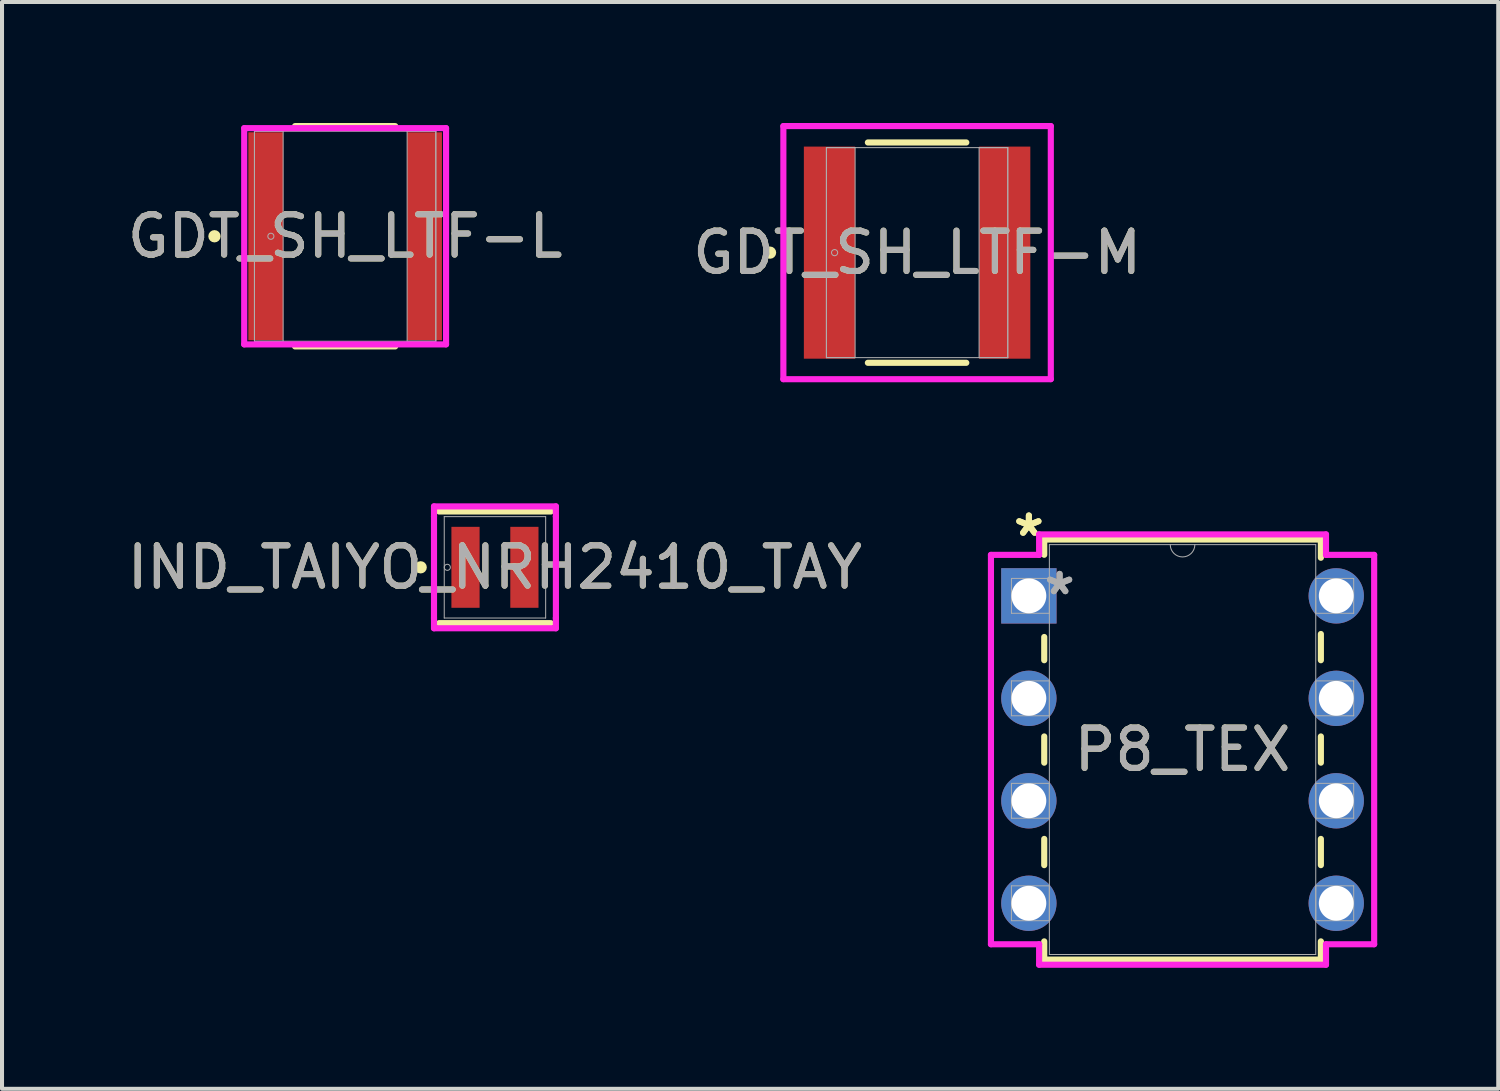
<source format=kicad_pcb>
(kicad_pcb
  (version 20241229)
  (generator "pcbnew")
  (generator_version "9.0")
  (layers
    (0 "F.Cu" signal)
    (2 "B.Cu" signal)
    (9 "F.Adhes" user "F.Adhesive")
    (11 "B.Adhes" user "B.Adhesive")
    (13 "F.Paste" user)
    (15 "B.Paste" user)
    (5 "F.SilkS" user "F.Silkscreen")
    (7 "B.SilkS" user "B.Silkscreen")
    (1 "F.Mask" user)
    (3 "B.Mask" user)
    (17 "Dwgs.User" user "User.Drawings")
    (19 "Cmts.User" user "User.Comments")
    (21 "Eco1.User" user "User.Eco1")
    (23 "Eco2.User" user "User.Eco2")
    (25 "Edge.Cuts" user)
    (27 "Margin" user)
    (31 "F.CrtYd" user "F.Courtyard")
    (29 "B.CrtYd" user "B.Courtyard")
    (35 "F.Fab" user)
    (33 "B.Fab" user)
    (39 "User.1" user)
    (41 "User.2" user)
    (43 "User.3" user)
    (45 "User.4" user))
  (footprint "GDT_SH_LTF-L"
    (layer "F.Cu")
    (at 5.506 2.807)
    (property "Reference" "GDT_SH_LTF-L" (at 0 0 0) (unlocked yes) (layer "F.SilkS") (effects (font (size 1 1) (thickness 0.15))))
    (attr smd)
    (fp_line (start -1.241 2.731) (end 1.241 2.731) (stroke (width 0.152) (type solid)) (layer "F.SilkS"))
    (fp_line (start 1.241 -2.731) (end -1.241 -2.731) (stroke (width 0.152) (type solid)) (layer "F.SilkS"))
    (fp_circle (center -3.239 0) (end -3.162 0) (stroke (width 0.152) (type solid)) (fill no) (layer "F.SilkS"))
    (fp_line (start -2.502 -2.68) (end 2.502 -2.68) (stroke (width 0.152) (type solid)) (layer "F.CrtYd"))
    (fp_line (start -2.502 2.68) (end -2.502 -2.68) (stroke (width 0.152) (type solid)) (layer "F.CrtYd"))
    (fp_line (start 2.502 -2.68) (end 2.502 2.68) (stroke (width 0.152) (type solid)) (layer "F.CrtYd"))
    (fp_line (start 2.502 2.68) (end -2.502 2.68) (stroke (width 0.152) (type solid)) (layer "F.CrtYd"))
    (fp_line (start -2.248 -2.603) (end -2.248 2.603) (stroke (width 0.025) (type solid)) (layer "F.Fab"))
    (fp_line (start -2.248 -2.603) (end -2.248 2.603) (stroke (width 0.025) (type solid)) (layer "F.Fab"))
    (fp_line (start -2.248 2.603) (end -1.537 2.603) (stroke (width 0.025) (type solid)) (layer "F.Fab"))
    (fp_line (start -2.248 2.603) (end 2.248 2.603) (stroke (width 0.025) (type solid)) (layer "F.Fab"))
    (fp_line (start -1.537 -2.603) (end -2.248 -2.603) (stroke (width 0.025) (type solid)) (layer "F.Fab"))
    (fp_line (start -1.537 2.603) (end -1.537 -2.603) (stroke (width 0.025) (type solid)) (layer "F.Fab"))
    (fp_line (start 1.537 -2.603) (end 1.537 2.603) (stroke (width 0.025) (type solid)) (layer "F.Fab"))
    (fp_line (start 1.537 2.603) (end 2.248 2.603) (stroke (width 0.025) (type solid)) (layer "F.Fab"))
    (fp_line (start 2.248 -2.603) (end -2.248 -2.603) (stroke (width 0.025) (type solid)) (layer "F.Fab"))
    (fp_line (start 2.248 -2.603) (end 1.537 -2.603) (stroke (width 0.025) (type solid)) (layer "F.Fab"))
    (fp_line (start 2.248 2.603) (end 2.248 -2.603) (stroke (width 0.025) (type solid)) (layer "F.Fab"))
    (fp_line (start 2.248 2.603) (end 2.248 -2.603) (stroke (width 0.025) (type solid)) (layer "F.Fab"))
    (fp_circle (center -1.841 0) (end -1.765 0) (stroke (width 0.025) (type solid)) (fill no) (layer "F.Fab"))
    (fp_text user "${REFERENCE}" (at 0 0 0) (unlocked yes) (layer "F.Fab") (effects (font (size 1 1) (thickness 0.15))))
    (pad "1" smd rect (at -1.968 0) (size 0.864 5.156) (layers "F.Cu" "F.Mask" "F.Paste"))
    (pad "2" smd rect (at 1.968 0) (size 0.864 5.156) (layers "F.Cu" "F.Mask" "F.Paste"))
    (zone (net_name "") (layer "F.Cu") (hatch full 0.508) (connect_pads) (min_thickness 0.254) (filled_areas_thickness no) (keepout (tracks not_allowed) (vias not_allowed) (pads allowed) (copperpour not_allowed) (footprints allowed)) (placement (enabled no)) (fill) (polygon (pts (xy 4.02 0.254) (xy 6.992 0.254) (xy 6.992 5.359) (xy 4.02 5.359)))))
  (footprint "IND_TAIYO_NRH2410_TAY"
    (layer "F.Cu")
    (at 9.22 11.014)
    (property "Reference" "IND_TAIYO_NRH2410_TAY" (at 0 0 0) (unlocked yes) (layer "F.SilkS") (effects (font (size 1 1) (thickness 0.15))))
    (attr smd)
    (fp_line (start -1.384 1.384) (end 1.384 1.384) (stroke (width 0.152) (type solid)) (layer "F.SilkS"))
    (fp_line (start 1.384 -1.384) (end -1.384 -1.384) (stroke (width 0.152) (type solid)) (layer "F.SilkS"))
    (fp_circle (center -1.841 0) (end -1.765 0) (stroke (width 0.152) (type solid)) (fill no) (layer "F.SilkS"))
    (fp_line (start -1.511 -1.511) (end 1.511 -1.511) (stroke (width 0.152) (type solid)) (layer "F.CrtYd"))
    (fp_line (start -1.511 -1.257) (end -1.511 -1.511) (stroke (width 0.152) (type solid)) (layer "F.CrtYd"))
    (fp_line (start -1.511 -1.257) (end -1.511 -1.257) (stroke (width 0.152) (type solid)) (layer "F.CrtYd"))
    (fp_line (start -1.511 1.257) (end -1.511 -1.257) (stroke (width 0.152) (type solid)) (layer "F.CrtYd"))
    (fp_line (start -1.511 1.257) (end -1.511 1.257) (stroke (width 0.152) (type solid)) (layer "F.CrtYd"))
    (fp_line (start -1.511 1.511) (end -1.511 1.257) (stroke (width 0.152) (type solid)) (layer "F.CrtYd"))
    (fp_line (start 1.511 -1.511) (end 1.511 -1.257) (stroke (width 0.152) (type solid)) (layer "F.CrtYd"))
    (fp_line (start 1.511 -1.257) (end 1.511 -1.257) (stroke (width 0.152) (type solid)) (layer "F.CrtYd"))
    (fp_line (start 1.511 -1.257) (end 1.511 1.257) (stroke (width 0.152) (type solid)) (layer "F.CrtYd"))
    (fp_line (start 1.511 1.257) (end 1.511 1.257) (stroke (width 0.152) (type solid)) (layer "F.CrtYd"))
    (fp_line (start 1.511 1.257) (end 1.511 1.511) (stroke (width 0.152) (type solid)) (layer "F.CrtYd"))
    (fp_line (start 1.511 1.511) (end -1.511 1.511) (stroke (width 0.152) (type solid)) (layer "F.CrtYd"))
    (fp_line (start -1.257 -1.257) (end -1.257 1.257) (stroke (width 0.025) (type solid)) (layer "F.Fab"))
    (fp_line (start -1.257 1.257) (end 1.257 1.257) (stroke (width 0.025) (type solid)) (layer "F.Fab"))
    (fp_line (start 1.257 -1.257) (end -1.257 -1.257) (stroke (width 0.025) (type solid)) (layer "F.Fab"))
    (fp_line (start 1.257 1.257) (end 1.257 -1.257) (stroke (width 0.025) (type solid)) (layer "F.Fab"))
    (fp_circle (center -1.181 0) (end -1.105 0) (stroke (width 0.025) (type solid)) (fill no) (layer "F.Fab"))
    (fp_text user "${REFERENCE}" (at 0 0 0) (unlocked yes) (layer "F.Fab") (effects (font (size 1 1) (thickness 0.15))))
    (pad "1" smd rect (at -0.73 0) (size 0.699 2.007) (layers "F.Cu" "F.Mask" "F.Paste"))
    (pad "2" smd rect (at 0.73 0) (size 0.699 2.007) (layers "F.Cu" "F.Mask" "F.Paste"))
    (zone (net_name "") (layer "F.Cu") (hatch full 0.508) (connect_pads) (min_thickness 0.254) (filled_areas_thickness no) (keepout (tracks not_allowed) (vias not_allowed) (pads allowed) (copperpour not_allowed) (footprints allowed)) (placement (enabled no)) (fill) (polygon (pts (xy 8.89 9.807) (xy 9.55 9.807) (xy 9.55 12.22) (xy 8.89 12.22)))))
  (footprint "P8_TEX"
    (layer "F.Cu")
    (at 22.456 11.722)
    (property "Reference" "P8_TEX" (at 3.81 3.81 0) (unlocked yes) (layer "F.SilkS") (effects (font (size 1 1) (thickness 0.15))))
    (attr through_hole)
    (fp_line (start 0.381 -1.397) (end 0.381 -1.019) (stroke (width 0.152) (type solid)) (layer "F.SilkS"))
    (fp_line (start 0.381 1.019) (end 0.381 1.595) (stroke (width 0.152) (type solid)) (layer "F.SilkS"))
    (fp_line (start 0.381 3.485) (end 0.381 4.135) (stroke (width 0.152) (type solid)) (layer "F.SilkS"))
    (fp_line (start 0.381 6.025) (end 0.381 6.675) (stroke (width 0.152) (type solid)) (layer "F.SilkS"))
    (fp_line (start 0.381 8.565) (end 0.381 9.017) (stroke (width 0.152) (type solid)) (layer "F.SilkS"))
    (fp_line (start 0.381 9.017) (end 7.239 9.017) (stroke (width 0.152) (type solid)) (layer "F.SilkS"))
    (fp_line (start 7.239 -1.397) (end 0.381 -1.397) (stroke (width 0.152) (type solid)) (layer "F.SilkS"))
    (fp_line (start 7.239 -0.945) (end 7.239 -1.397) (stroke (width 0.152) (type solid)) (layer "F.SilkS"))
    (fp_line (start 7.239 1.595) (end 7.239 0.945) (stroke (width 0.152) (type solid)) (layer "F.SilkS"))
    (fp_line (start 7.239 4.135) (end 7.239 3.485) (stroke (width 0.152) (type solid)) (layer "F.SilkS"))
    (fp_line (start 7.239 6.675) (end 7.239 6.025) (stroke (width 0.152) (type solid)) (layer "F.SilkS"))
    (fp_line (start 7.239 9.017) (end 7.239 8.565) (stroke (width 0.152) (type solid)) (layer "F.SilkS"))
    (fp_line (start -0.94 -1.016) (end 0.254 -1.016) (stroke (width 0.152) (type solid)) (layer "F.CrtYd"))
    (fp_line (start -0.94 8.636) (end -0.94 -1.016) (stroke (width 0.152) (type solid)) (layer "F.CrtYd"))
    (fp_line (start 0.254 -1.524) (end 7.366 -1.524) (stroke (width 0.152) (type solid)) (layer "F.CrtYd"))
    (fp_line (start 0.254 -1.016) (end 0.254 -1.524) (stroke (width 0.152) (type solid)) (layer "F.CrtYd"))
    (fp_line (start 0.254 8.636) (end -0.94 8.636) (stroke (width 0.152) (type solid)) (layer "F.CrtYd"))
    (fp_line (start 0.254 9.144) (end 0.254 8.636) (stroke (width 0.152) (type solid)) (layer "F.CrtYd"))
    (fp_line (start 7.366 -1.524) (end 7.366 -1.016) (stroke (width 0.152) (type solid)) (layer "F.CrtYd"))
    (fp_line (start 7.366 8.636) (end 7.366 9.144) (stroke (width 0.152) (type solid)) (layer "F.CrtYd"))
    (fp_line (start 7.366 9.144) (end 0.254 9.144) (stroke (width 0.152) (type solid)) (layer "F.CrtYd"))
    (fp_line (start 8.56 -1.016) (end 7.366 -1.016) (stroke (width 0.152) (type solid)) (layer "F.CrtYd"))
    (fp_line (start 8.56 -1.016) (end 8.56 8.636) (stroke (width 0.152) (type solid)) (layer "F.CrtYd"))
    (fp_line (start 8.56 8.636) (end 7.366 8.636) (stroke (width 0.152) (type solid)) (layer "F.CrtYd"))
    (fp_line (start -0.432 -0.432) (end -0.432 0.432) (stroke (width 0.025) (type solid)) (layer "F.Fab"))
    (fp_line (start -0.432 0.432) (end 0.508 0.432) (stroke (width 0.025) (type solid)) (layer "F.Fab"))
    (fp_line (start -0.432 2.108) (end -0.432 2.972) (stroke (width 0.025) (type solid)) (layer "F.Fab"))
    (fp_line (start -0.432 2.972) (end 0.508 2.972) (stroke (width 0.025) (type solid)) (layer "F.Fab"))
    (fp_line (start -0.432 4.648) (end -0.432 5.512) (stroke (width 0.025) (type solid)) (layer "F.Fab"))
    (fp_line (start -0.432 5.512) (end 0.508 5.512) (stroke (width 0.025) (type solid)) (layer "F.Fab"))
    (fp_line (start -0.432 7.188) (end -0.432 8.052) (stroke (width 0.025) (type solid)) (layer "F.Fab"))
    (fp_line (start -0.432 8.052) (end 0.508 8.052) (stroke (width 0.025) (type solid)) (layer "F.Fab"))
    (fp_line (start 0.508 -1.27) (end 0.508 8.89) (stroke (width 0.025) (type solid)) (layer "F.Fab"))
    (fp_line (start 0.508 -0.432) (end -0.432 -0.432) (stroke (width 0.025) (type solid)) (layer "F.Fab"))
    (fp_line (start 0.508 0.432) (end 0.508 -0.432) (stroke (width 0.025) (type solid)) (layer "F.Fab"))
    (fp_line (start 0.508 2.108) (end -0.432 2.108) (stroke (width 0.025) (type solid)) (layer "F.Fab"))
    (fp_line (start 0.508 2.972) (end 0.508 2.108) (stroke (width 0.025) (type solid)) (layer "F.Fab"))
    (fp_line (start 0.508 4.648) (end -0.432 4.648) (stroke (width 0.025) (type solid)) (layer "F.Fab"))
    (fp_line (start 0.508 5.512) (end 0.508 4.648) (stroke (width 0.025) (type solid)) (layer "F.Fab"))
    (fp_line (start 0.508 7.188) (end -0.432 7.188) (stroke (width 0.025) (type solid)) (layer "F.Fab"))
    (fp_line (start 0.508 8.052) (end 0.508 7.188) (stroke (width 0.025) (type solid)) (layer "F.Fab"))
    (fp_line (start 0.508 8.89) (end 7.112 8.89) (stroke (width 0.025) (type solid)) (layer "F.Fab"))
    (fp_line (start 7.112 -1.27) (end 0.508 -1.27) (stroke (width 0.025) (type solid)) (layer "F.Fab"))
    (fp_line (start 7.112 -0.432) (end 7.112 0.432) (stroke (width 0.025) (type solid)) (layer "F.Fab"))
    (fp_line (start 7.112 0.432) (end 8.052 0.432) (stroke (width 0.025) (type solid)) (layer "F.Fab"))
    (fp_line (start 7.112 2.108) (end 7.112 2.972) (stroke (width 0.025) (type solid)) (layer "F.Fab"))
    (fp_line (start 7.112 2.972) (end 8.052 2.972) (stroke (width 0.025) (type solid)) (layer "F.Fab"))
    (fp_line (start 7.112 4.648) (end 7.112 5.512) (stroke (width 0.025) (type solid)) (layer "F.Fab"))
    (fp_line (start 7.112 5.512) (end 8.052 5.512) (stroke (width 0.025) (type solid)) (layer "F.Fab"))
    (fp_line (start 7.112 7.188) (end 7.112 8.052) (stroke (width 0.025) (type solid)) (layer "F.Fab"))
    (fp_line (start 7.112 8.052) (end 8.052 8.052) (stroke (width 0.025) (type solid)) (layer "F.Fab"))
    (fp_line (start 7.112 8.89) (end 7.112 -1.27) (stroke (width 0.025) (type solid)) (layer "F.Fab"))
    (fp_line (start 8.052 -0.432) (end 7.112 -0.432) (stroke (width 0.025) (type solid)) (layer "F.Fab"))
    (fp_line (start 8.052 0.432) (end 8.052 -0.432) (stroke (width 0.025) (type solid)) (layer "F.Fab"))
    (fp_line (start 8.052 2.108) (end 7.112 2.108) (stroke (width 0.025) (type solid)) (layer "F.Fab"))
    (fp_line (start 8.052 2.972) (end 8.052 2.108) (stroke (width 0.025) (type solid)) (layer "F.Fab"))
    (fp_line (start 8.052 4.648) (end 7.112 4.648) (stroke (width 0.025) (type solid)) (layer "F.Fab"))
    (fp_line (start 8.052 5.512) (end 8.052 4.648) (stroke (width 0.025) (type solid)) (layer "F.Fab"))
    (fp_line (start 8.052 7.188) (end 7.112 7.188) (stroke (width 0.025) (type solid)) (layer "F.Fab"))
    (fp_line (start 8.052 8.052) (end 8.052 7.188) (stroke (width 0.025) (type solid)) (layer "F.Fab"))
    (fp_arc (start 4.1148 -1.27) (mid 3.81 -0.9652) (end 3.5052 -1.27) (stroke (width 0.0254) (type solid)) (layer "F.Fab"))
    (fp_text user "*" (at 0 -1.448 0) (layer "F.SilkS") (effects (font (size 1 1) (thickness 0.15))))
    (fp_text user "*" (at 0 -1.448 0) (unlocked yes) (layer "F.SilkS") (effects (font (size 1 1) (thickness 0.15))))
    (fp_text user "*" (at 0.762 0 0) (layer "F.Fab") (effects (font (size 1 1) (thickness 0.15))))
    (fp_text user "${REFERENCE}" (at 3.81 3.81 0) (unlocked yes) (layer "F.Fab") (effects (font (size 1 1) (thickness 0.15))))
    (fp_text user "*" (at 0.762 0 0) (unlocked yes) (layer "F.Fab") (effects (font (size 1 1) (thickness 0.15))))
    (pad "1" thru_hole rect (at 0 0) (size 1.372 1.372) (drill 0.864) (layers "*.Cu" "*.Mask"))
    (pad "2" thru_hole circle (at 0 2.54) (size 1.372 1.372) (drill 0.864) (layers "*.Cu" "*.Mask"))
    (pad "3" thru_hole circle (at 0 5.08) (size 1.372 1.372) (drill 0.864) (layers "*.Cu" "*.Mask"))
    (pad "4" thru_hole circle (at 0 7.62) (size 1.372 1.372) (drill 0.864) (layers "*.Cu" "*.Mask"))
    (pad "5" thru_hole circle (at 7.62 7.62) (size 1.372 1.372) (drill 0.864) (layers "*.Cu" "*.Mask"))
    (pad "6" thru_hole circle (at 7.62 5.08) (size 1.372 1.372) (drill 0.864) (layers "*.Cu" "*.Mask"))
    (pad "7" thru_hole circle (at 7.62 2.54) (size 1.372 1.372) (drill 0.864) (layers "*.Cu" "*.Mask"))
    (pad "8" thru_hole circle (at 7.62 0) (size 1.372 1.372) (drill 0.864) (layers "*.Cu" "*.Mask")))
  (footprint "GDT_SH_LTF-M"
    (layer "F.Cu")
    (at 19.685 3.213)
    (property "Reference" "GDT_SH_LTF-M" (at 0 0 0) (unlocked yes) (layer "F.SilkS") (effects (font (size 1 1) (thickness 0.15))))
    (attr smd)
    (fp_line (start -1.22 2.731) (end 1.22 2.731) (stroke (width 0.152) (type solid)) (layer "F.SilkS"))
    (fp_line (start 1.22 -2.731) (end -1.22 -2.731) (stroke (width 0.152) (type solid)) (layer "F.SilkS"))
    (fp_circle (center -3.645 0) (end -3.569 0) (stroke (width 0.152) (type solid)) (fill no) (layer "F.SilkS"))
    (fp_line (start -3.315 -3.137) (end 3.315 -3.137) (stroke (width 0.152) (type solid)) (layer "F.CrtYd"))
    (fp_line (start -3.315 3.137) (end -3.315 -3.137) (stroke (width 0.152) (type solid)) (layer "F.CrtYd"))
    (fp_line (start 3.315 -3.137) (end 3.315 3.137) (stroke (width 0.152) (type solid)) (layer "F.CrtYd"))
    (fp_line (start 3.315 3.137) (end -3.315 3.137) (stroke (width 0.152) (type solid)) (layer "F.CrtYd"))
    (fp_line (start -2.248 -2.603) (end -2.248 2.603) (stroke (width 0.025) (type solid)) (layer "F.Fab"))
    (fp_line (start -2.248 -2.603) (end -2.248 2.603) (stroke (width 0.025) (type solid)) (layer "F.Fab"))
    (fp_line (start -2.248 2.603) (end -1.537 2.603) (stroke (width 0.025) (type solid)) (layer "F.Fab"))
    (fp_line (start -2.248 2.603) (end 2.248 2.603) (stroke (width 0.025) (type solid)) (layer "F.Fab"))
    (fp_line (start -1.537 -2.603) (end -2.248 -2.603) (stroke (width 0.025) (type solid)) (layer "F.Fab"))
    (fp_line (start -1.537 2.603) (end -1.537 -2.603) (stroke (width 0.025) (type solid)) (layer "F.Fab"))
    (fp_line (start 1.537 -2.603) (end 1.537 2.603) (stroke (width 0.025) (type solid)) (layer "F.Fab"))
    (fp_line (start 1.537 2.603) (end 2.248 2.603) (stroke (width 0.025) (type solid)) (layer "F.Fab"))
    (fp_line (start 2.248 -2.603) (end -2.248 -2.603) (stroke (width 0.025) (type solid)) (layer "F.Fab"))
    (fp_line (start 2.248 -2.603) (end 1.537 -2.603) (stroke (width 0.025) (type solid)) (layer "F.Fab"))
    (fp_line (start 2.248 2.603) (end 2.248 -2.603) (stroke (width 0.025) (type solid)) (layer "F.Fab"))
    (fp_line (start 2.248 2.603) (end 2.248 -2.603) (stroke (width 0.025) (type solid)) (layer "F.Fab"))
    (fp_circle (center -2.045 0) (end -1.968 0) (stroke (width 0.025) (type solid)) (fill no) (layer "F.Fab"))
    (fp_text user "${REFERENCE}" (at 0 0 0) (unlocked yes) (layer "F.Fab") (effects (font (size 1 1) (thickness 0.15))))
    (pad "1" smd rect (at -2.172 0) (size 1.27 5.258) (layers "F.Cu" "F.Mask" "F.Paste"))
    (pad "2" smd rect (at 2.172 0) (size 1.27 5.258) (layers "F.Cu" "F.Mask" "F.Paste"))
    (zone (net_name "") (layer "F.Cu") (hatch full 0.508) (connect_pads) (min_thickness 0.254) (filled_areas_thickness no) (keepout (tracks not_allowed) (vias not_allowed) (pads allowed) (copperpour not_allowed) (footprints allowed)) (placement (enabled no)) (fill) (polygon (pts (xy 18.199 0.66) (xy 21.17 0.66) (xy 21.17 5.766) (xy 18.199 5.766)))))
  (gr_rect
    (start -3 -3)
    (end 34.092 23.942)
    (stroke (width 0.1) (type default))
    (fill no)
    (layer "Edge.Cuts")))
</source>
